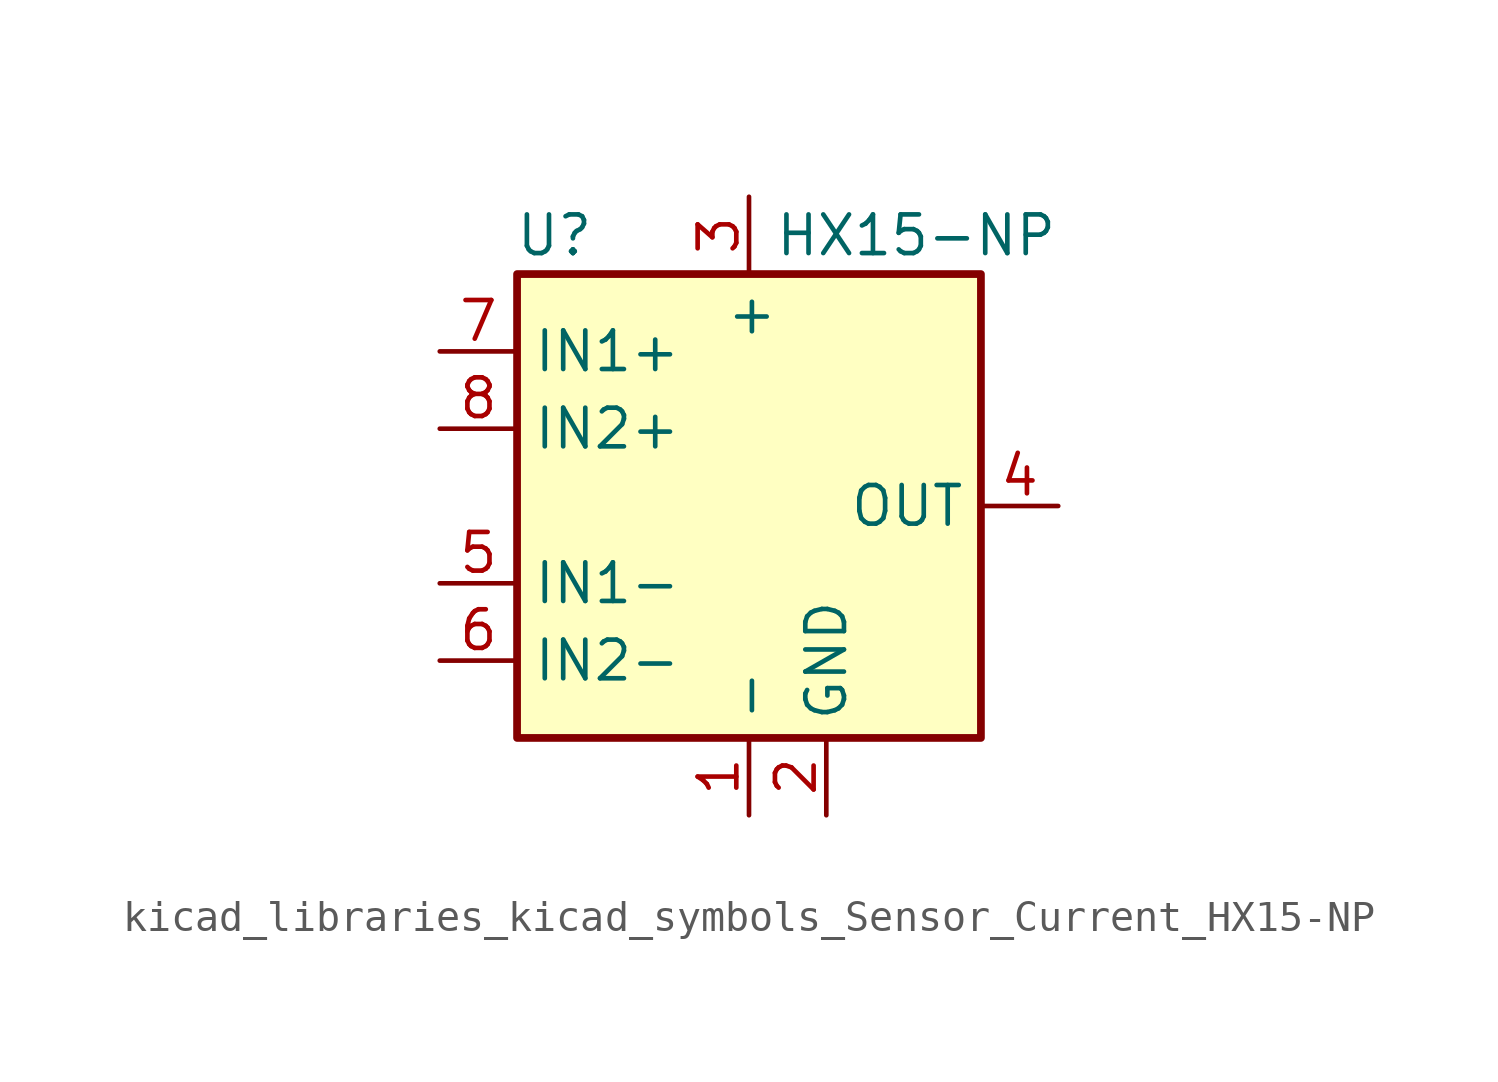
<source format=kicad_sym>
(kicad_symbol_lib
  (version 20220914)
  (generator kicad_symbol_editor)
  (symbol "kicad_libraries_kicad_symbols_Sensor_Current_HX15-NP"
    (property "Reference" "U"
      (at -5.08 8.89 0)
      (effects (font (size 1.27 1.27)) (justify right)))
    (property "Value" "HX15-NP"
      (at 10.16 8.89 0)
      (effects (font (size 1.27 1.27)) (justify right)))
    (symbol "kicad_libraries_kicad_symbols_Sensor_Current_HX15-NP_0_1"
      (rectangle (start -7.62 7.62) (end 7.62 -7.62) (stroke (width 0.254) (type default)) (fill (type background))))
    (symbol "kicad_libraries_kicad_symbols_Sensor_Current_HX15-NP_1_1"
      (pin power_in line (at 0 -10.16 90) (length 2.54) (name "-" (effects (font (size 1.27 1.27)))) (number "1" (effects (font (size 1.27 1.27)))))
      (pin power_in line (at 2.54 -10.16 90) (length 2.54) (name "GND" (effects (font (size 1.27 1.27)))) (number "2" (effects (font (size 1.27 1.27)))))
      (pin power_in line (at 0 10.16 270) (length 2.54) (name "+" (effects (font (size 1.27 1.27)))) (number "3" (effects (font (size 1.27 1.27)))))
      (pin output line (at 10.16 0 180) (length 2.54) (name "OUT" (effects (font (size 1.27 1.27)))) (number "4" (effects (font (size 1.27 1.27)))))
      (pin passive line (at -10.16 -2.54 0) (length 2.54) (name "IN1-" (effects (font (size 1.27 1.27)))) (number "5" (effects (font (size 1.27 1.27)))))
      (pin passive line (at -10.16 -5.08 0) (length 2.54) (name "IN2-" (effects (font (size 1.27 1.27)))) (number "6" (effects (font (size 1.27 1.27)))))
      (pin passive line (at -10.16 5.08 0) (length 2.54) (name "IN1+" (effects (font (size 1.27 1.27)))) (number "7" (effects (font (size 1.27 1.27)))))
      (pin passive line (at -10.16 2.54 0) (length 2.54) (name "IN2+" (effects (font (size 1.27 1.27)))) (number "8" (effects (font (size 1.27 1.27))))))))
</source>
